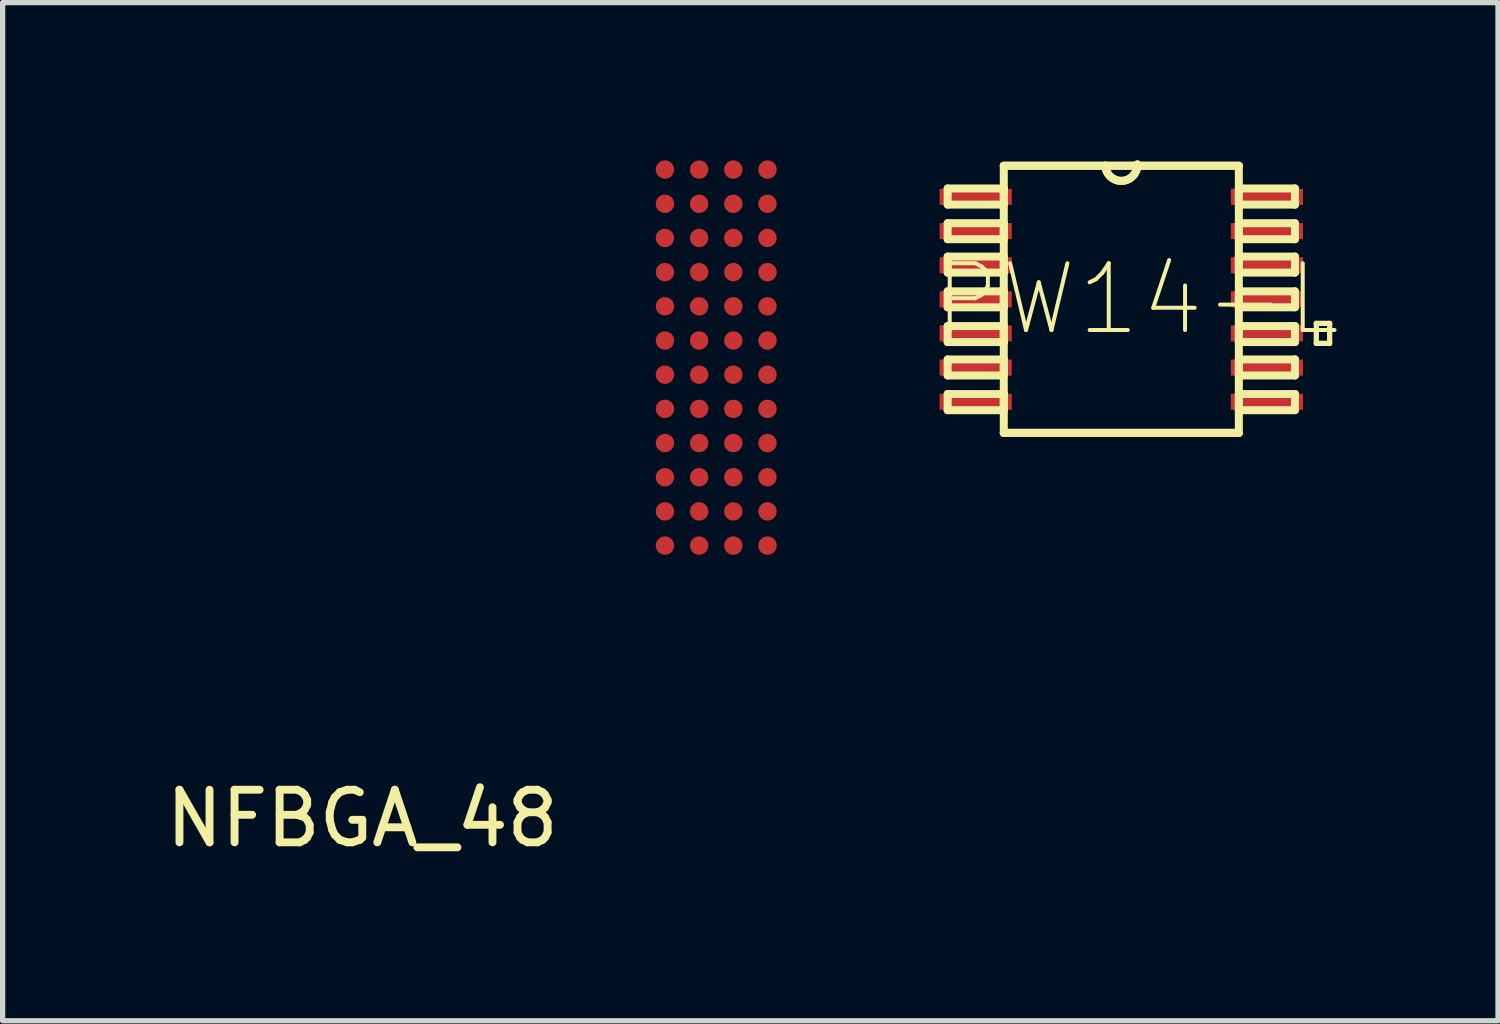
<source format=kicad_pcb>
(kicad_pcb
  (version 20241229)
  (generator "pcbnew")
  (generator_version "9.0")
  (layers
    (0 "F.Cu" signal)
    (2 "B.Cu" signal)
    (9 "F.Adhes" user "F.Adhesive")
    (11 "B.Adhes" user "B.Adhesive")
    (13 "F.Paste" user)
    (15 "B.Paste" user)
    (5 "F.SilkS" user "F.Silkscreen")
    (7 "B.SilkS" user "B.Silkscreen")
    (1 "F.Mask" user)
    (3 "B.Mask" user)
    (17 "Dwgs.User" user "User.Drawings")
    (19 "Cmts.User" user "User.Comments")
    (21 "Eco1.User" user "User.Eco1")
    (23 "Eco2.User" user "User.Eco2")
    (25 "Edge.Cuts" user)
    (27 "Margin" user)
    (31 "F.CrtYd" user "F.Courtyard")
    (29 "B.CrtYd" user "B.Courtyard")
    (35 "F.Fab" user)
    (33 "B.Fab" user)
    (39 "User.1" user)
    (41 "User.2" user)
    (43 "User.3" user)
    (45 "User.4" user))
  (footprint "PW14-L"
    (layer "F.Cu")
    (at 18.273 2.642)
    (property "Reference" "PW14-L" (at 0.305 0 0) (layer "F.SilkS") (effects (font (size 1.27 1.27) (thickness 0.076))))
    (attr smd)
    (fp_line (start -3.302 -2.108) (end -3.302 -1.801) (stroke (width 0.152) (type solid)) (layer "F.SilkS"))
    (fp_line (start -3.302 -1.801) (end -2.235 -1.801) (stroke (width 0.152) (type solid)) (layer "F.SilkS"))
    (fp_line (start -3.302 -1.448) (end -3.302 -1.143) (stroke (width 0.152) (type solid)) (layer "F.SilkS"))
    (fp_line (start -3.302 -1.143) (end -2.235 -1.143) (stroke (width 0.152) (type solid)) (layer "F.SilkS"))
    (fp_line (start -3.302 -0.813) (end -3.302 -0.508) (stroke (width 0.152) (type solid)) (layer "F.SilkS"))
    (fp_line (start -3.302 -0.508) (end -2.235 -0.508) (stroke (width 0.152) (type solid)) (layer "F.SilkS"))
    (fp_line (start -3.302 -0.152) (end -3.302 0.152) (stroke (width 0.152) (type solid)) (layer "F.SilkS"))
    (fp_line (start -3.302 0.152) (end -2.235 0.152) (stroke (width 0.152) (type solid)) (layer "F.SilkS"))
    (fp_line (start -3.302 0.508) (end -3.302 0.813) (stroke (width 0.152) (type solid)) (layer "F.SilkS"))
    (fp_line (start -3.302 0.813) (end -2.235 0.813) (stroke (width 0.152) (type solid)) (layer "F.SilkS"))
    (fp_line (start -3.302 1.143) (end -3.302 1.448) (stroke (width 0.152) (type solid)) (layer "F.SilkS"))
    (fp_line (start -3.302 1.448) (end -2.235 1.448) (stroke (width 0.152) (type solid)) (layer "F.SilkS"))
    (fp_line (start -3.302 1.801) (end -3.302 2.108) (stroke (width 0.152) (type solid)) (layer "F.SilkS"))
    (fp_line (start -3.302 2.108) (end -2.235 2.108) (stroke (width 0.152) (type solid)) (layer "F.SilkS"))
    (fp_line (start -2.235 -2.54) (end -2.235 2.54) (stroke (width 0.152) (type solid)) (layer "F.SilkS"))
    (fp_line (start -2.235 -2.108) (end -3.302 -2.108) (stroke (width 0.152) (type solid)) (layer "F.SilkS"))
    (fp_line (start -2.235 -1.801) (end -2.235 -2.108) (stroke (width 0.152) (type solid)) (layer "F.SilkS"))
    (fp_line (start -2.235 -1.448) (end -3.302 -1.448) (stroke (width 0.152) (type solid)) (layer "F.SilkS"))
    (fp_line (start -2.235 -1.143) (end -2.235 -1.448) (stroke (width 0.152) (type solid)) (layer "F.SilkS"))
    (fp_line (start -2.235 -0.813) (end -3.302 -0.813) (stroke (width 0.152) (type solid)) (layer "F.SilkS"))
    (fp_line (start -2.235 -0.508) (end -2.235 -0.813) (stroke (width 0.152) (type solid)) (layer "F.SilkS"))
    (fp_line (start -2.235 -0.152) (end -3.302 -0.152) (stroke (width 0.152) (type solid)) (layer "F.SilkS"))
    (fp_line (start -2.235 0.152) (end -2.235 -0.152) (stroke (width 0.152) (type solid)) (layer "F.SilkS"))
    (fp_line (start -2.235 0.508) (end -3.302 0.508) (stroke (width 0.152) (type solid)) (layer "F.SilkS"))
    (fp_line (start -2.235 0.813) (end -2.235 0.508) (stroke (width 0.152) (type solid)) (layer "F.SilkS"))
    (fp_line (start -2.235 1.143) (end -3.302 1.143) (stroke (width 0.152) (type solid)) (layer "F.SilkS"))
    (fp_line (start -2.235 1.448) (end -2.235 1.143) (stroke (width 0.152) (type solid)) (layer "F.SilkS"))
    (fp_line (start -2.235 1.801) (end -3.302 1.801) (stroke (width 0.152) (type solid)) (layer "F.SilkS"))
    (fp_line (start -2.235 2.108) (end -2.235 1.801) (stroke (width 0.152) (type solid)) (layer "F.SilkS"))
    (fp_line (start -2.235 2.54) (end 2.235 2.54) (stroke (width 0.152) (type solid)) (layer "F.SilkS"))
    (fp_line (start -2.235 2.54) (end 2.235 2.54) (stroke (width 0.152) (type solid)) (layer "F.SilkS"))
    (fp_line (start -0.305 -2.54) (end -2.235 -2.54) (stroke (width 0.152) (type solid)) (layer "F.SilkS"))
    (fp_line (start -0.305 -2.54) (end -2.235 -2.54) (stroke (width 0.152) (type solid)) (layer "F.SilkS"))
    (fp_line (start 2.235 -2.54) (end -0.305 -2.54) (stroke (width 0.152) (type solid)) (layer "F.SilkS"))
    (fp_line (start 2.235 -2.54) (end -0.305 -2.54) (stroke (width 0.152) (type solid)) (layer "F.SilkS"))
    (fp_line (start 2.235 -2.108) (end 2.235 -1.801) (stroke (width 0.152) (type solid)) (layer "F.SilkS"))
    (fp_line (start 2.235 -1.801) (end 3.302 -1.801) (stroke (width 0.152) (type solid)) (layer "F.SilkS"))
    (fp_line (start 2.235 -1.448) (end 2.235 -1.143) (stroke (width 0.152) (type solid)) (layer "F.SilkS"))
    (fp_line (start 2.235 -1.143) (end 3.302 -1.143) (stroke (width 0.152) (type solid)) (layer "F.SilkS"))
    (fp_line (start 2.235 -0.813) (end 2.235 -0.508) (stroke (width 0.152) (type solid)) (layer "F.SilkS"))
    (fp_line (start 2.235 -0.508) (end 3.302 -0.508) (stroke (width 0.152) (type solid)) (layer "F.SilkS"))
    (fp_line (start 2.235 -0.152) (end 2.235 0.152) (stroke (width 0.152) (type solid)) (layer "F.SilkS"))
    (fp_line (start 2.235 0.152) (end 3.302 0.152) (stroke (width 0.152) (type solid)) (layer "F.SilkS"))
    (fp_line (start 2.235 0.508) (end 2.235 0.813) (stroke (width 0.152) (type solid)) (layer "F.SilkS"))
    (fp_line (start 2.235 0.813) (end 3.302 0.813) (stroke (width 0.152) (type solid)) (layer "F.SilkS"))
    (fp_line (start 2.235 1.143) (end 2.235 1.448) (stroke (width 0.152) (type solid)) (layer "F.SilkS"))
    (fp_line (start 2.235 1.448) (end 3.302 1.448) (stroke (width 0.152) (type solid)) (layer "F.SilkS"))
    (fp_line (start 2.235 1.801) (end 2.235 2.108) (stroke (width 0.152) (type solid)) (layer "F.SilkS"))
    (fp_line (start 2.235 2.108) (end 3.302 2.108) (stroke (width 0.152) (type solid)) (layer "F.SilkS"))
    (fp_line (start 2.235 2.54) (end 2.235 -2.54) (stroke (width 0.152) (type solid)) (layer "F.SilkS"))
    (fp_line (start 3.302 -2.108) (end 2.235 -2.108) (stroke (width 0.152) (type solid)) (layer "F.SilkS"))
    (fp_line (start 3.302 -1.801) (end 3.302 -2.108) (stroke (width 0.152) (type solid)) (layer "F.SilkS"))
    (fp_line (start 3.302 -1.448) (end 2.235 -1.448) (stroke (width 0.152) (type solid)) (layer "F.SilkS"))
    (fp_line (start 3.302 -1.143) (end 3.302 -1.448) (stroke (width 0.152) (type solid)) (layer "F.SilkS"))
    (fp_line (start 3.302 -0.813) (end 2.235 -0.813) (stroke (width 0.152) (type solid)) (layer "F.SilkS"))
    (fp_line (start 3.302 -0.508) (end 3.302 -0.813) (stroke (width 0.152) (type solid)) (layer "F.SilkS"))
    (fp_line (start 3.302 -0.152) (end 2.235 -0.152) (stroke (width 0.152) (type solid)) (layer "F.SilkS"))
    (fp_line (start 3.302 0.152) (end 3.302 -0.152) (stroke (width 0.152) (type solid)) (layer "F.SilkS"))
    (fp_line (start 3.302 0.508) (end 2.235 0.508) (stroke (width 0.152) (type solid)) (layer "F.SilkS"))
    (fp_line (start 3.302 0.813) (end 3.302 0.508) (stroke (width 0.152) (type solid)) (layer "F.SilkS"))
    (fp_line (start 3.302 1.143) (end 2.235 1.143) (stroke (width 0.152) (type solid)) (layer "F.SilkS"))
    (fp_line (start 3.302 1.448) (end 3.302 1.143) (stroke (width 0.152) (type solid)) (layer "F.SilkS"))
    (fp_line (start 3.302 1.801) (end 2.235 1.801) (stroke (width 0.152) (type solid)) (layer "F.SilkS"))
    (fp_line (start 3.302 2.108) (end 3.302 1.801) (stroke (width 0.152) (type solid)) (layer "F.SilkS"))
    (fp_line (start 3.708 0.457) (end 3.962 0.457) (stroke (width 0.1) (type solid)) (layer "F.SilkS"))
    (fp_line (start 3.708 0.838) (end 3.708 0.457) (stroke (width 0.1) (type solid)) (layer "F.SilkS"))
    (fp_line (start 3.962 0.457) (end 3.962 0.838) (stroke (width 0.1) (type solid)) (layer "F.SilkS"))
    (fp_line (start 3.962 0.838) (end 3.708 0.838) (stroke (width 0.1) (type solid)) (layer "F.SilkS"))
    (fp_arc (start 0.3048 -2.5654) (mid 0.0127 -2.2479) (end -0.3048 -2.54) (stroke (width 0.1524) (type solid)) (layer "F.SilkS"))
    (fp_arc (start 0.3048 -2.5654) (mid 0.0127 -2.2479) (end -0.3048 -2.54) (stroke (width 0.1524) (type solid)) (layer "F.SilkS"))
    (pad "1" smd rect (at -2.769 -1.948) (size 1.372 0.305) (layers "F.Cu" "F.Mask" "F.Paste"))
    (pad "2" smd rect (at -2.769 -1.298) (size 1.372 0.305) (layers "F.Cu" "F.Mask" "F.Paste"))
    (pad "3" smd rect (at -2.769 -0.648) (size 1.372 0.305) (layers "F.Cu" "F.Mask" "F.Paste"))
    (pad "4" smd rect (at -2.769 0) (size 1.372 0.305) (layers "F.Cu" "F.Mask" "F.Paste"))
    (pad "5" smd rect (at -2.769 0.648) (size 1.372 0.305) (layers "F.Cu" "F.Mask" "F.Paste"))
    (pad "6" smd rect (at -2.769 1.298) (size 1.372 0.305) (layers "F.Cu" "F.Mask" "F.Paste"))
    (pad "7" smd rect (at -2.769 1.948) (size 1.372 0.305) (layers "F.Cu" "F.Mask" "F.Paste"))
    (pad "8" smd rect (at 2.769 1.948) (size 1.372 0.305) (layers "F.Cu" "F.Mask" "F.Paste"))
    (pad "9" smd rect (at 2.769 1.298) (size 1.372 0.305) (layers "F.Cu" "F.Mask" "F.Paste"))
    (pad "10" smd rect (at 2.769 0.648) (size 1.372 0.305) (layers "F.Cu" "F.Mask" "F.Paste"))
    (pad "11" smd rect (at 2.769 0) (size 1.372 0.305) (layers "F.Cu" "F.Mask" "F.Paste"))
    (pad "12" smd rect (at 2.769 -0.648) (size 1.372 0.305) (layers "F.Cu" "F.Mask" "F.Paste"))
    (pad "13" smd rect (at 2.769 -1.298) (size 1.372 0.305) (layers "F.Cu" "F.Mask" "F.Paste"))
    (pad "14" smd rect (at 2.769 -1.948) (size 1.372 0.305) (layers "F.Cu" "F.Mask" "F.Paste")))
  (footprint "NFBGA_48"
    (layer "F.Cu")
    (at 10.57 3.75)
    (property "Reference" "NFBGA_48" (at -6.731 8.763 0) (layer "F.SilkS") (effects (font (size 1 1) (thickness 0.15))))
    (attr through_hole)
    (pad "1" smd circle (at -0.975 -3.575) (size 0.35 0.35) (layers "F.Cu" "F.Mask" "F.Paste"))
    (pad "12" smd circle (at -0.325 -3.575) (size 0.35 0.35) (layers "F.Cu" "F.Mask" "F.Paste"))
    (pad "13" smd circle (at 0.325 -3.575) (size 0.35 0.35) (layers "F.Cu" "F.Mask" "F.Paste"))
    (pad "14" smd circle (at 0.975 -3.575) (size 0.35 0.35) (layers "F.Cu" "F.Mask" "F.Paste"))
    (pad "21" smd circle (at -0.975 -2.925) (size 0.35 0.35) (layers "F.Cu" "F.Mask" "F.Paste"))
    (pad "22" smd circle (at -0.325 -2.925) (size 0.35 0.35) (layers "F.Cu" "F.Mask" "F.Paste"))
    (pad "23" smd circle (at 0.325 -2.925) (size 0.35 0.35) (layers "F.Cu" "F.Mask" "F.Paste"))
    (pad "24" smd circle (at 0.975 -2.925) (size 0.35 0.35) (layers "F.Cu" "F.Mask" "F.Paste"))
    (pad "31" smd circle (at -0.975 -2.275) (size 0.35 0.35) (layers "F.Cu" "F.Mask" "F.Paste"))
    (pad "32" smd circle (at -0.325 -2.275) (size 0.35 0.35) (layers "F.Cu" "F.Mask" "F.Paste"))
    (pad "33" smd circle (at 0.325 -2.275) (size 0.35 0.35) (layers "F.Cu" "F.Mask" "F.Paste"))
    (pad "34" smd circle (at 0.975 -2.275) (size 0.35 0.35) (layers "F.Cu" "F.Mask" "F.Paste"))
    (pad "41" smd circle (at -0.975 -1.625) (size 0.35 0.35) (layers "F.Cu" "F.Mask" "F.Paste"))
    (pad "42" smd circle (at -0.325 -1.625) (size 0.35 0.35) (layers "F.Cu" "F.Mask" "F.Paste"))
    (pad "43" smd circle (at 0.325 -1.625) (size 0.35 0.35) (layers "F.Cu" "F.Mask" "F.Paste"))
    (pad "44" smd circle (at 0.975 -1.625) (size 0.35 0.35) (layers "F.Cu" "F.Mask" "F.Paste"))
    (pad "51" smd circle (at -0.975 -0.975) (size 0.35 0.35) (layers "F.Cu" "F.Mask" "F.Paste"))
    (pad "52" smd circle (at -0.325 -0.975) (size 0.35 0.35) (layers "F.Cu" "F.Mask" "F.Paste"))
    (pad "53" smd circle (at 0.325 -0.975) (size 0.35 0.35) (layers "F.Cu" "F.Mask" "F.Paste"))
    (pad "54" smd circle (at 0.975 -0.975) (size 0.35 0.35) (layers "F.Cu" "F.Mask" "F.Paste"))
    (pad "61" smd circle (at -0.975 -0.325) (size 0.35 0.35) (layers "F.Cu" "F.Mask" "F.Paste"))
    (pad "62" smd circle (at -0.325 -0.325) (size 0.35 0.35) (layers "F.Cu" "F.Mask" "F.Paste"))
    (pad "63" smd circle (at 0.325 -0.325) (size 0.35 0.35) (layers "F.Cu" "F.Mask" "F.Paste"))
    (pad "64" smd circle (at 0.975 -0.325) (size 0.35 0.35) (layers "F.Cu" "F.Mask" "F.Paste"))
    (pad "71" smd circle (at -0.975 0.325) (size 0.35 0.35) (layers "F.Cu" "F.Mask" "F.Paste"))
    (pad "72" smd circle (at -0.325 0.325) (size 0.35 0.35) (layers "F.Cu" "F.Mask" "F.Paste"))
    (pad "73" smd circle (at 0.325 0.325) (size 0.35 0.35) (layers "F.Cu" "F.Mask" "F.Paste"))
    (pad "74" smd circle (at 0.975 0.325) (size 0.35 0.35) (layers "F.Cu" "F.Mask" "F.Paste"))
    (pad "81" smd circle (at -0.975 0.975) (size 0.35 0.35) (layers "F.Cu" "F.Mask" "F.Paste"))
    (pad "82" smd circle (at -0.325 0.975) (size 0.35 0.35) (layers "F.Cu" "F.Mask" "F.Paste"))
    (pad "83" smd circle (at 0.325 0.975) (size 0.35 0.35) (layers "F.Cu" "F.Mask" "F.Paste"))
    (pad "84" smd circle (at 0.975 0.975) (size 0.35 0.35) (layers "F.Cu" "F.Mask" "F.Paste"))
    (pad "91" smd circle (at -0.975 1.625) (size 0.35 0.35) (layers "F.Cu" "F.Mask" "F.Paste"))
    (pad "92" smd circle (at -0.325 1.625) (size 0.35 0.35) (layers "F.Cu" "F.Mask" "F.Paste"))
    (pad "93" smd circle (at 0.325 1.625) (size 0.35 0.35) (layers "F.Cu" "F.Mask" "F.Paste"))
    (pad "94" smd circle (at 0.975 1.625) (size 0.35 0.35) (layers "F.Cu" "F.Mask" "F.Paste"))
    (pad "101" smd circle (at -0.975 2.275) (size 0.35 0.35) (layers "F.Cu" "F.Mask" "F.Paste"))
    (pad "102" smd circle (at -0.325 2.275) (size 0.35 0.35) (layers "F.Cu" "F.Mask" "F.Paste"))
    (pad "103" smd circle (at 0.325 2.275) (size 0.35 0.35) (layers "F.Cu" "F.Mask" "F.Paste"))
    (pad "104" smd circle (at 0.975 2.275) (size 0.35 0.35) (layers "F.Cu" "F.Mask" "F.Paste"))
    (pad "111" smd circle (at -0.975 2.925) (size 0.35 0.35) (layers "F.Cu" "F.Mask" "F.Paste"))
    (pad "112" smd circle (at -0.325 2.925) (size 0.35 0.35) (layers "F.Cu" "F.Mask" "F.Paste"))
    (pad "113" smd circle (at 0.325 2.925) (size 0.35 0.35) (layers "F.Cu" "F.Mask" "F.Paste"))
    (pad "114" smd circle (at 0.975 2.925) (size 0.35 0.35) (layers "F.Cu" "F.Mask" "F.Paste"))
    (pad "121" smd circle (at -0.975 3.575) (size 0.35 0.35) (layers "F.Cu" "F.Mask" "F.Paste"))
    (pad "122" smd circle (at -0.325 3.575) (size 0.35 0.35) (layers "F.Cu" "F.Mask" "F.Paste"))
    (pad "123" smd circle (at 0.325 3.575) (size 0.35 0.35) (layers "F.Cu" "F.Mask" "F.Paste"))
    (pad "124" smd circle (at 0.975 3.575) (size 0.35 0.35) (layers "F.Cu" "F.Mask" "F.Paste")))
  (gr_rect
    (start -3 -3)
    (end 25.436 16.361)
    (stroke (width 0.1) (type default))
    (fill no)
    (layer "Edge.Cuts")))
</source>
